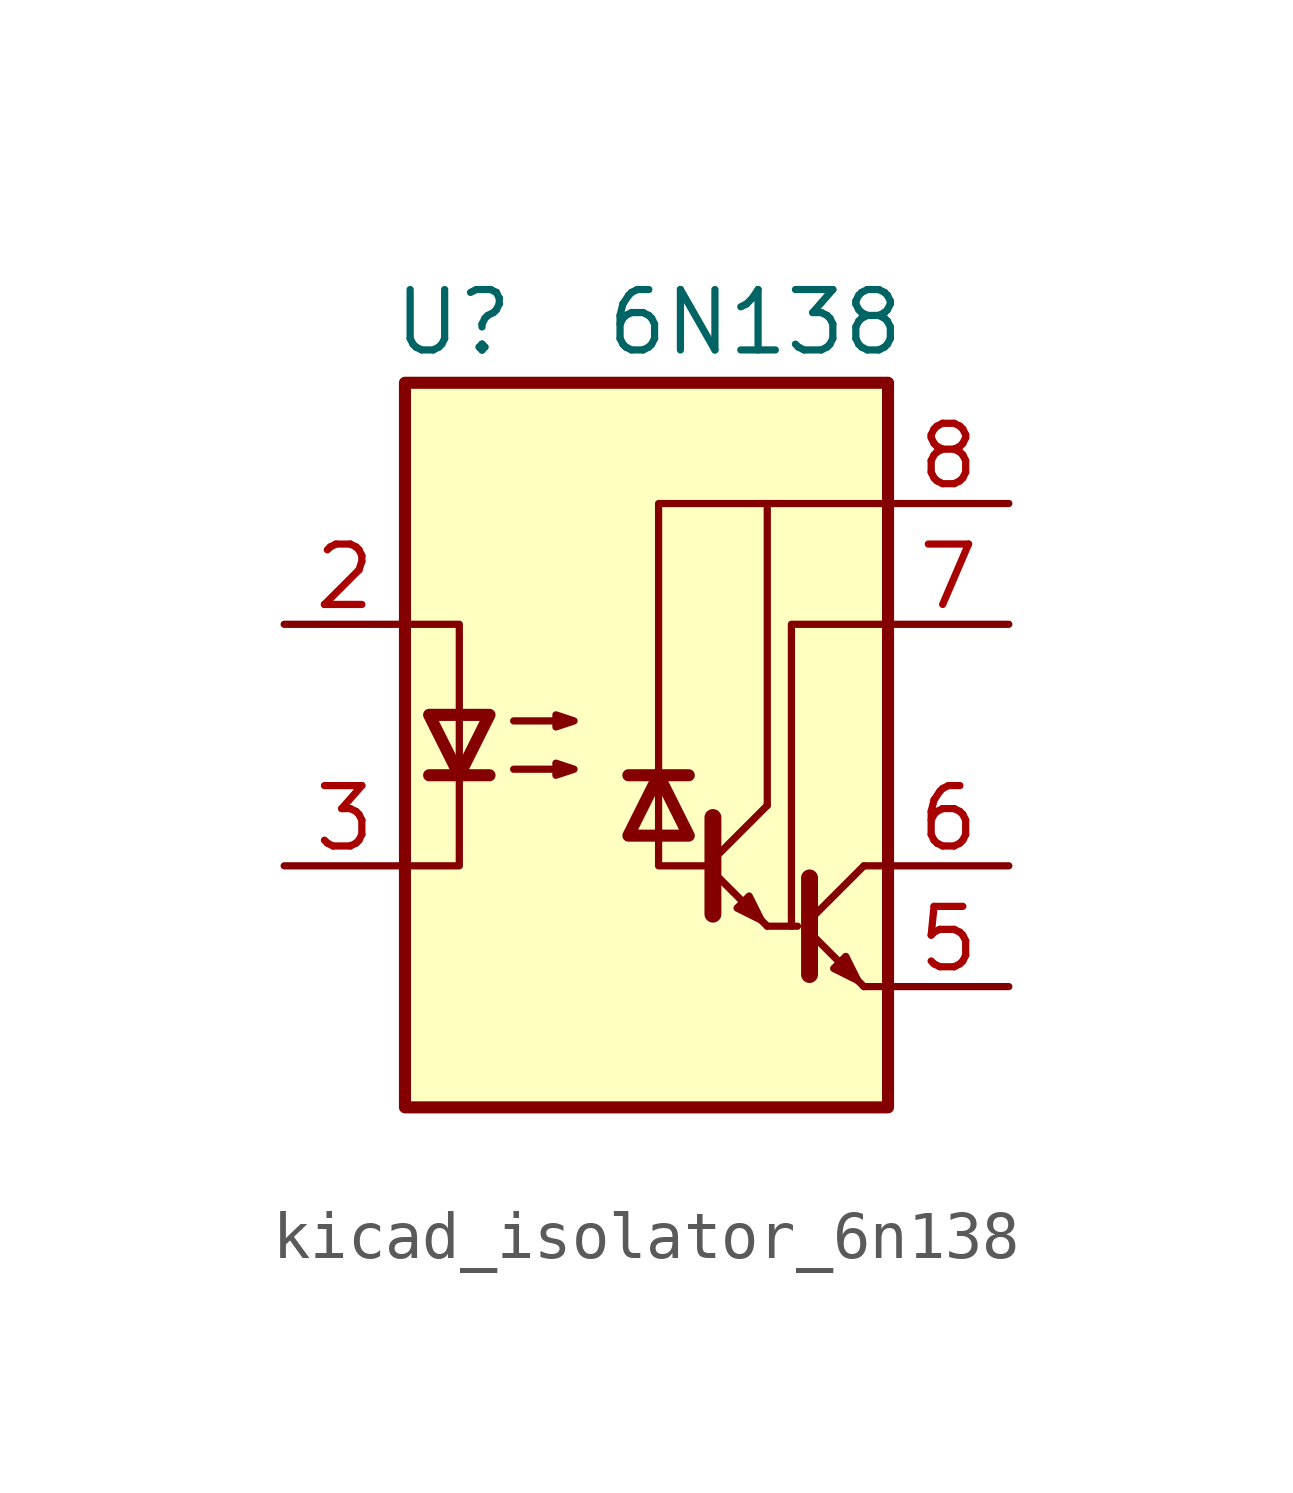
<source format=kicad_sym>
(kicad_symbol_lib
  (version 20220914)
  (generator kicad_symbol_editor)
  (symbol "kicad_isolator_6n138"
    (pin_names
      (offset 1.016) hide)
    (property "Reference" "U"
      (at -4.064 8.89 0)
      (effects (font (size 1.27 1.27))))
    (property "Value" "6N138"
      (at 2.286 8.89 0)
      (effects (font (size 1.27 1.27))))
    (symbol "kicad_isolator_6n138_0_1"
      (rectangle (start -5.08 7.62) (end 5.08 -7.62) (stroke (width 0.254) (type default)) (fill (type background)))
      (polyline (pts (xy -4.572 -0.635) (xy -3.302 -0.635)) (stroke (width 0.254) (type default)) (fill (type none)))
      (polyline (pts (xy 0.889 -0.635) (xy -0.381 -0.635)) (stroke (width 0.254) (type default)) (fill (type none)))
      (polyline (pts (xy 1.397 -2.667) (xy 2.54 -3.81)) (stroke (width 0) (type default)) (fill (type none)))
      (polyline (pts (xy 1.397 -2.413) (xy 2.54 -1.27)) (stroke (width 0) (type default)) (fill (type none)))
      (polyline (pts (xy 2.54 -3.81) (xy 3.175 -3.81)) (stroke (width 0) (type default)) (fill (type none)))
      (polyline (pts (xy 3.429 -3.937) (xy 4.572 -5.08)) (stroke (width 0) (type default)) (fill (type none)))
      (polyline (pts (xy 3.429 -3.683) (xy 4.572 -2.54)) (stroke (width 0) (type default)) (fill (type none)))
      (polyline (pts (xy 4.572 -5.08) (xy 5.08 -5.08)) (stroke (width 0) (type default)) (fill (type none)))
      (polyline (pts (xy 4.572 -2.54) (xy 5.08 -2.54)) (stroke (width 0) (type default)) (fill (type none)))
      (polyline (pts (xy 1.397 -1.524) (xy 1.397 -3.556) (xy 1.397 -3.556)) (stroke (width 0.356) (type default)) (fill (type none)))
      (polyline (pts (xy 2.54 -1.27) (xy 2.54 5.08) (xy 5.08 5.08)) (stroke (width 0) (type default)) (fill (type none)))
      (polyline (pts (xy 3.429 -2.794) (xy 3.429 -4.826) (xy 3.429 -4.826)) (stroke (width 0.356) (type default)) (fill (type none)))
      (polyline (pts (xy 5.08 2.54) (xy 3.048 2.54) (xy 3.048 -3.81)) (stroke (width 0) (type default)) (fill (type none)))
      (polyline (pts (xy -5.08 -2.54) (xy -3.937 -2.54) (xy -3.937 2.54) (xy -5.08 2.54)) (stroke (width 0) (type default)) (fill (type none)))
      (polyline (pts (xy -3.937 -0.635) (xy -4.572 0.635) (xy -3.302 0.635) (xy -3.937 -0.635)) (stroke (width 0.254) (type default)) (fill (type none)))
      (polyline (pts (xy 0.254 -0.635) (xy 0.889 -1.905) (xy -0.381 -1.905) (xy 0.254 -0.635)) (stroke (width 0.254) (type default)) (fill (type none)))
      (polyline (pts (xy 1.27 -2.54) (xy 0.254 -2.54) (xy 0.254 5.08) (xy 2.54 5.08)) (stroke (width 0) (type default)) (fill (type none)))
      (polyline (pts (xy 2.413 -3.683) (xy 2.159 -3.175) (xy 1.905 -3.429) (xy 2.413 -3.683)) (stroke (width 0) (type default)) (fill (type none)))
      (polyline (pts (xy 4.445 -4.953) (xy 4.191 -4.445) (xy 3.937 -4.699) (xy 4.445 -4.953)) (stroke (width 0) (type default)) (fill (type none)))
      (polyline (pts (xy -2.794 -0.508) (xy -1.524 -0.508) (xy -1.905 -0.635) (xy -1.905 -0.381) (xy -1.524 -0.508)) (stroke (width 0) (type default)) (fill (type none)))
      (polyline (pts (xy -2.794 0.508) (xy -1.524 0.508) (xy -1.905 0.381) (xy -1.905 0.635) (xy -1.524 0.508)) (stroke (width 0) (type default)) (fill (type none))))
    (symbol "kicad_isolator_6n138_1_1"
      (pin no_connect line (at -5.08 5.08 0) (length 2.54) hide (name "NC" (effects (font (size 1.27 1.27)))) (number "1" (effects (font (size 1.27 1.27)))))
      (pin passive line (at -7.62 2.54 0) (length 2.54) (name "C1" (effects (font (size 1.27 1.27)))) (number "2" (effects (font (size 1.27 1.27)))))
      (pin passive line (at -7.62 -2.54 0) (length 2.54) (name "C2" (effects (font (size 1.27 1.27)))) (number "3" (effects (font (size 1.27 1.27)))))
      (pin no_connect line (at -5.08 -5.08 0) (length 2.54) hide (name "NC" (effects (font (size 1.27 1.27)))) (number "4" (effects (font (size 1.27 1.27)))))
      (pin passive line (at 7.62 -5.08 180) (length 2.54) (name "GND" (effects (font (size 1.27 1.27)))) (number "5" (effects (font (size 1.27 1.27)))))
      (pin passive line (at 7.62 -2.54 180) (length 2.54) (name "VO2" (effects (font (size 1.27 1.27)))) (number "6" (effects (font (size 1.27 1.27)))))
      (pin passive line (at 7.62 2.54 180) (length 2.54) (name "VO1" (effects (font (size 1.27 1.27)))) (number "7" (effects (font (size 1.27 1.27)))))
      (pin passive line (at 7.62 5.08 180) (length 2.54) (name "VCC" (effects (font (size 1.27 1.27)))) (number "8" (effects (font (size 1.27 1.27))))))))
</source>
